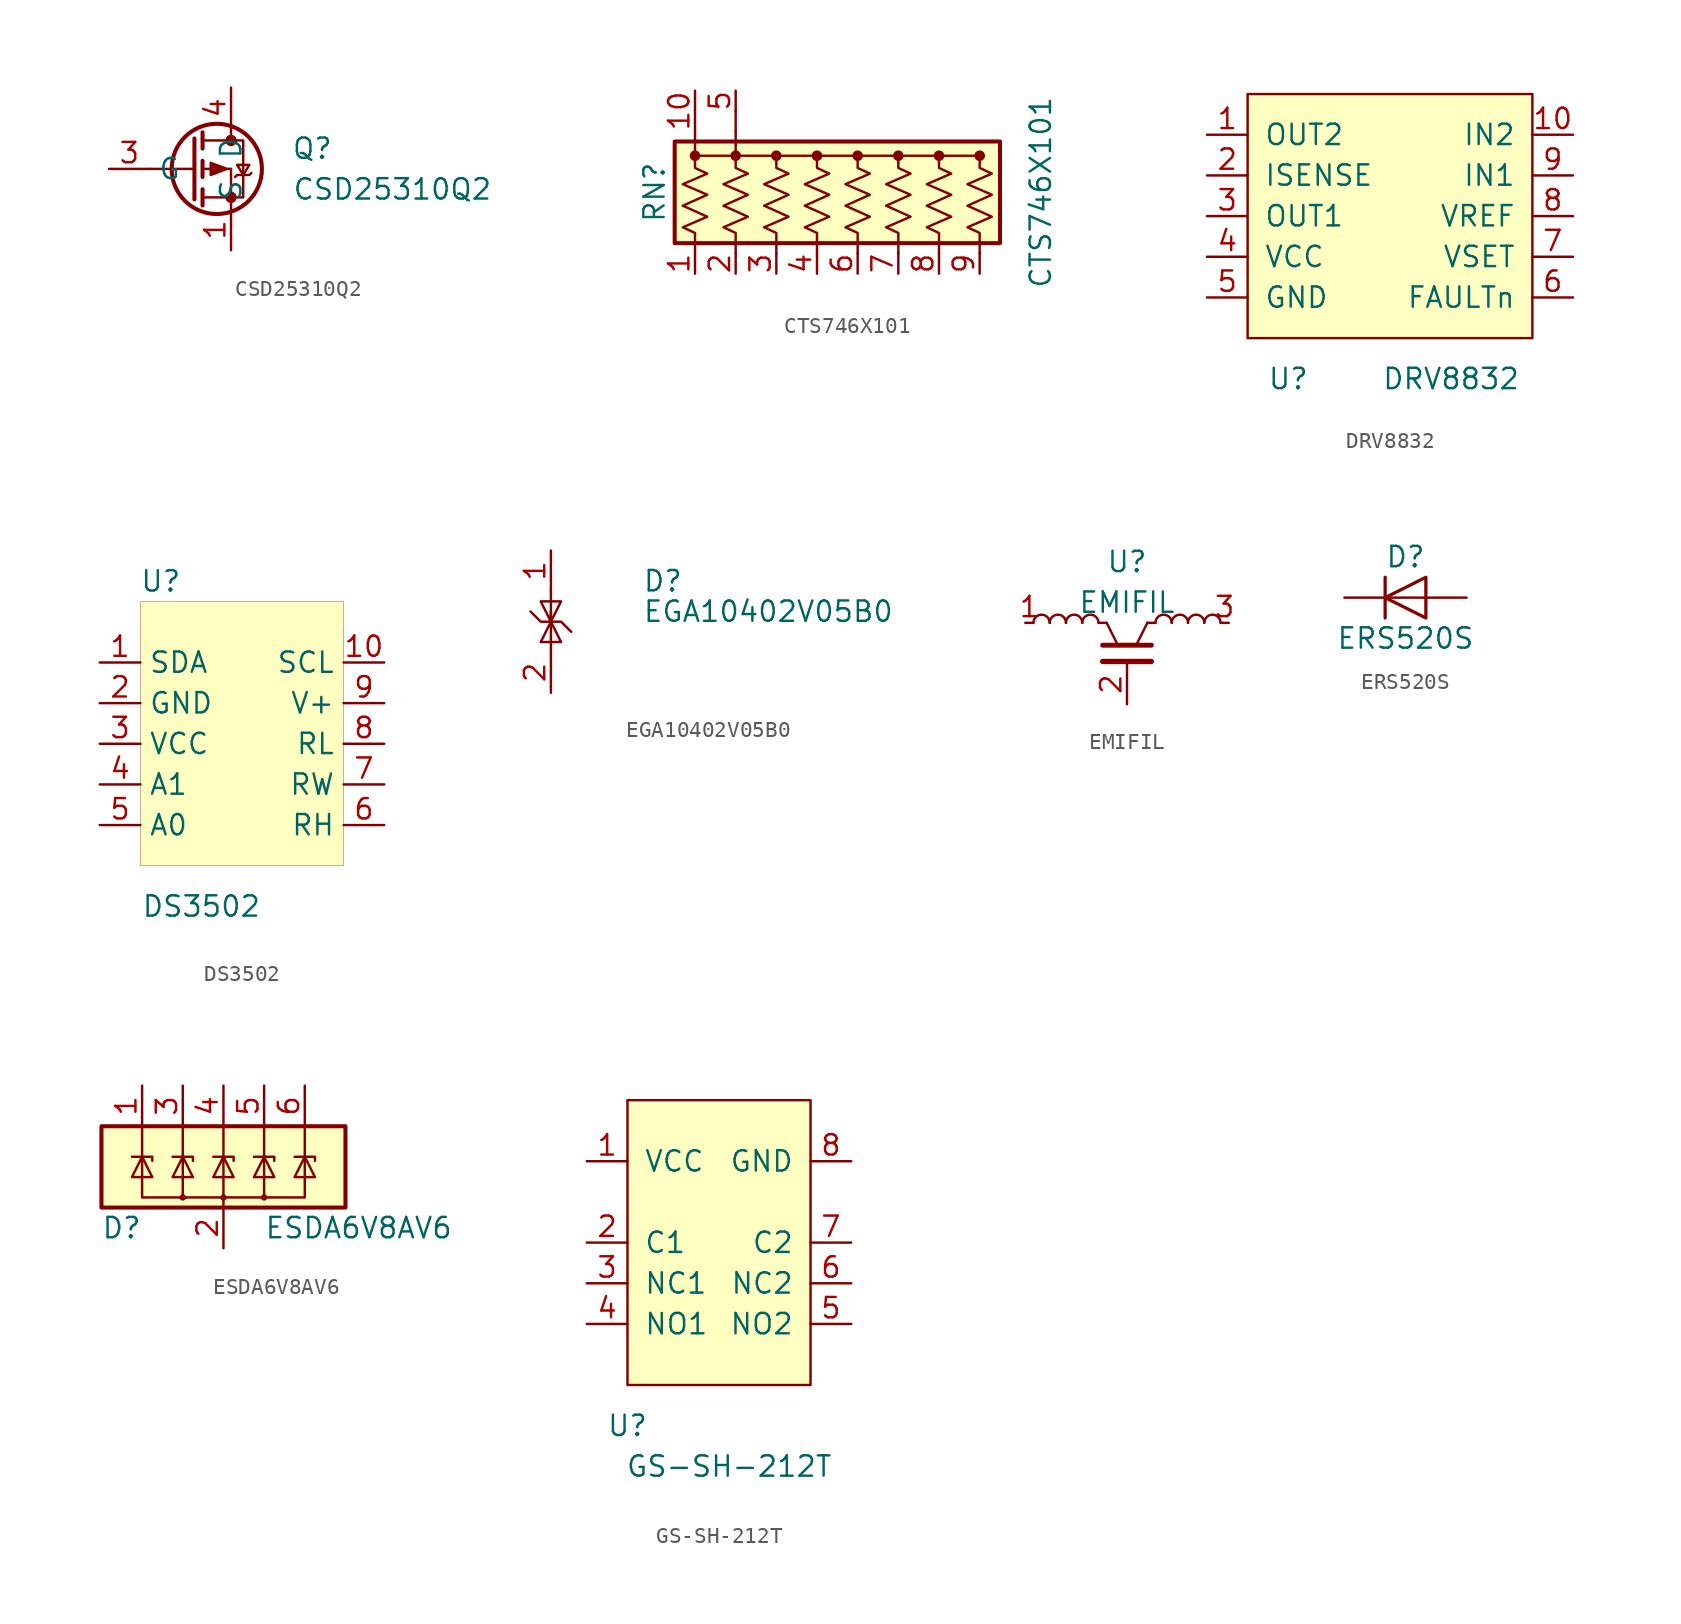
<source format=kicad_sym>
(kicad_symbol_lib
  (version 20201005)
  (generator kicad_symbol_editor)
  (symbol "mSchLibrary:CSD25310Q2"
    (property "Reference" "Q"
      (at 5.08 1.27 0)
      (effects (font (size 1.27 1.27))))
    (property "Value" "CSD25310Q2"
      (at 3.81 -1.27 0)
      (effects (font (size 1.27 1.27)) (justify left)))
    (symbol "CSD25310Q2_1_1"
      (circle (center -0.889 0) (radius 2.819) (stroke (width 0.254)) (fill (type none)))
      (circle (center 0 -1.778) (radius 0.279) (stroke (width 0)) (fill (type outline)))
      (circle (center 0 1.778) (radius 0.279) (stroke (width 0)) (fill (type outline)))
      (polyline (pts (xy -5.08 0) (xy -2.286 0)) (stroke (width 0)) (fill (type none)))
      (polyline (pts (xy -1.778 -1.778) (xy 0 -1.778)) (stroke (width 0)) (fill (type none)))
      (polyline (pts (xy -1.778 -1.27) (xy -1.778 -2.286)) (stroke (width 0.254)) (fill (type none)))
      (polyline (pts (xy -1.778 0) (xy 0 0)) (stroke (width 0)) (fill (type none)))
      (polyline (pts (xy -1.778 0.508) (xy -1.778 -0.508)) (stroke (width 0.254)) (fill (type none)))
      (polyline (pts (xy -1.778 1.778) (xy 0 1.778)) (stroke (width 0)) (fill (type none)))
      (polyline (pts (xy -1.778 2.286) (xy -1.778 1.27)) (stroke (width 0.254)) (fill (type none)))
      (polyline (pts (xy 0 -1.778) (xy 0 -2.54)) (stroke (width 0)) (fill (type none)))
      (polyline (pts (xy 0 -1.778) (xy 0 0)) (stroke (width 0)) (fill (type none)))
      (polyline (pts (xy 0 2.54) (xy 0 1.778)) (stroke (width 0)) (fill (type none)))
      (polyline (pts (xy -2.286 1.905) (xy -2.286 -1.905) (xy -2.286 -1.905)) (stroke (width 0.254)) (fill (type none)))
      (polyline (pts (xy -0.254 0) (xy -1.27 -0.381) (xy -1.27 0.381) (xy -0.254 0)) (stroke (width 0)) (fill (type outline)))
      (polyline (pts (xy 0 -1.778) (xy 0.762 -1.778) (xy 0.762 1.778) (xy 0 1.778)) (stroke (width 0)) (fill (type none)))
      (polyline (pts (xy 0.254 -0.508) (xy 0.381 -0.381) (xy 1.143 -0.381) (xy 1.27 -0.254)) (stroke (width 0)) (fill (type none)))
      (polyline (pts (xy 0.762 -0.381) (xy 0.381 0.254) (xy 1.143 0.254) (xy 0.762 -0.381)) (stroke (width 0)) (fill (type none)))
      (pin passive line (at 0 -5.08 90) (length 2.54) (name "S" (effects (font (size 1.27 1.27)))) (number "1" (effects (font (size 1.27 1.27)))))
      (pin passive line (at 0 -5.08 90) (length 2.54) hide (name "S" (effects (font (size 1.27 1.27)))) (number "2" (effects (font (size 1.27 1.27)))))
      (pin passive line (at -7.62 0 0) (length 2.54) (name "G" (effects (font (size 1.27 1.27)))) (number "3" (effects (font (size 1.27 1.27)))))
      (pin passive line (at 0 5.08 270) (length 2.54) (name "D" (effects (font (size 1.27 1.27)))) (number "4" (effects (font (size 1.27 1.27)))))
      (pin passive line (at 0 -5.08 90) (length 2.54) hide (name "S" (effects (font (size 1.27 1.27)))) (number "5" (effects (font (size 1.27 1.27)))))
      (pin passive line (at 0 -5.08 90) (length 2.54) hide (name "S" (effects (font (size 1.27 1.27)))) (number "6" (effects (font (size 1.27 1.27)))))
      (pin passive line (at 0 5.08 270) (length 2.54) hide (name "D" (effects (font (size 1.27 1.27)))) (number "7" (effects (font (size 1.27 1.27)))))
      (pin passive line (at 0 -5.08 90) (length 2.54) hide (name "S" (effects (font (size 1.27 1.27)))) (number "8" (effects (font (size 1.27 1.27)))))))
  (symbol "mSchLibrary:CTS746X101"
    (pin_names
      (offset 0) hide)
    (property "Reference" "RN"
      (at -11.43 0 90)
      (effects (font (size 1.27 1.27))))
    (property "Value" "CTS746X101"
      (at 12.7 0 90)
      (effects (font (size 1.27 1.27))))
    (symbol "CTS746X101_0_1"
      (circle (center -8.89 2.286) (radius 0.254) (stroke (width 0)) (fill (type outline)))
      (circle (center -6.35 2.286) (radius 0.254) (stroke (width 0)) (fill (type outline)))
      (circle (center -3.81 2.286) (radius 0.254) (stroke (width 0)) (fill (type outline)))
      (circle (center -1.27 2.286) (radius 0.254) (stroke (width 0)) (fill (type outline)))
      (circle (center 1.27 2.286) (radius 0.254) (stroke (width 0)) (fill (type outline)))
      (circle (center 3.81 2.286) (radius 0.254) (stroke (width 0)) (fill (type outline)))
      (circle (center 6.35 2.286) (radius 0.254) (stroke (width 0)) (fill (type outline)))
      (circle (center 8.89 2.286) (radius 0.254) (stroke (width 0)) (fill (type outline)))
      (rectangle (start -10.16 -3.175) (end 10.16 3.175) (stroke (width 0.254)) (fill (type background)))
      (polyline (pts (xy -8.89 2.286) (xy 9.144 2.286)) (stroke (width 0)) (fill (type none)))
      (polyline (pts (xy -8.89 2.54) (xy -8.89 3.81)) (stroke (width 0)) (fill (type none)))
      (polyline (pts (xy -6.35 2.286) (xy -6.35 3.81)) (stroke (width 0)) (fill (type none)))
      (polyline (pts (xy -6.35 3.81) (xy -6.35 5.08)) (stroke (width 0)) (fill (type none)))
      (polyline (pts (xy -8.89 2.286) (xy -8.89 1.524) (xy -8.128 1.168) (xy -9.652 0.508) (xy -8.128 -0.152) (xy -9.652 -0.838) (xy -8.128 -1.524) (xy -9.652 -2.184) (xy -8.89 -2.54) (xy -8.89 -3.81)) (stroke (width 0)) (fill (type none)))
      (polyline (pts (xy -6.35 2.286) (xy -6.35 1.524) (xy -5.588 1.168) (xy -7.112 0.508) (xy -5.588 -0.152) (xy -7.112 -0.838) (xy -5.588 -1.524) (xy -7.112 -2.184) (xy -6.35 -2.54) (xy -6.35 -3.81)) (stroke (width 0)) (fill (type none)))
      (polyline (pts (xy -3.81 2.286) (xy -3.81 1.524) (xy -3.048 1.168) (xy -4.572 0.508) (xy -3.048 -0.152) (xy -4.572 -0.838) (xy -3.048 -1.524) (xy -4.572 -2.184) (xy -3.81 -2.54) (xy -3.81 -3.81)) (stroke (width 0)) (fill (type none)))
      (polyline (pts (xy -1.27 2.286) (xy -1.27 1.524) (xy -0.508 1.168) (xy -2.032 0.508) (xy -0.508 -0.152) (xy -2.032 -0.838) (xy -0.508 -1.524) (xy -2.032 -2.184) (xy -1.27 -2.54) (xy -1.27 -3.81)) (stroke (width 0)) (fill (type none)))
      (polyline (pts (xy 1.27 2.286) (xy 1.27 1.524) (xy 2.032 1.168) (xy 0.508 0.508) (xy 2.032 -0.152) (xy 0.508 -0.838) (xy 2.032 -1.524) (xy 0.508 -2.184) (xy 1.27 -2.54) (xy 1.27 -3.81)) (stroke (width 0)) (fill (type none)))
      (polyline (pts (xy 3.81 2.286) (xy 3.81 1.524) (xy 4.572 1.168) (xy 3.048 0.508) (xy 4.572 -0.152) (xy 3.048 -0.838) (xy 4.572 -1.524) (xy 3.048 -2.184) (xy 3.81 -2.54) (xy 3.81 -3.81)) (stroke (width 0)) (fill (type none)))
      (polyline (pts (xy 6.35 2.286) (xy 6.35 1.524) (xy 7.112 1.168) (xy 5.588 0.508) (xy 7.112 -0.152) (xy 5.588 -0.838) (xy 7.112 -1.524) (xy 5.588 -2.184) (xy 6.35 -2.54) (xy 6.35 -3.81)) (stroke (width 0)) (fill (type none)))
      (polyline (pts (xy 8.89 2.286) (xy 8.89 1.524) (xy 9.652 1.168) (xy 8.128 0.508) (xy 9.652 -0.152) (xy 8.128 -0.838) (xy 9.652 -1.524) (xy 8.128 -2.184) (xy 8.89 -2.54) (xy 8.89 -3.81)) (stroke (width 0)) (fill (type none))))
    (symbol "CTS746X101_1_1"
      (pin passive line (at -8.89 -5.08 90) (length 1.27) (name "common" (effects (font (size 1.27 1.27)))) (number "1" (effects (font (size 1.27 1.27)))))
      (pin passive line (at -8.89 6.35 270) (length 2.54) (name "R9" (effects (font (size 1.27 1.27)))) (number "10" (effects (font (size 1.27 1.27)))))
      (pin passive line (at -6.35 -5.08 90) (length 1.27) (name "R1" (effects (font (size 1.27 1.27)))) (number "2" (effects (font (size 1.27 1.27)))))
      (pin passive line (at -3.81 -5.08 90) (length 1.27) (name "R2" (effects (font (size 1.27 1.27)))) (number "3" (effects (font (size 1.27 1.27)))))
      (pin passive line (at -1.27 -5.08 90) (length 1.27) (name "R3" (effects (font (size 1.27 1.27)))) (number "4" (effects (font (size 1.27 1.27)))))
      (pin passive line (at -6.35 6.35 270) (length 1.27) (name "R4" (effects (font (size 1.27 1.27)))) (number "5" (effects (font (size 1.27 1.27)))))
      (pin passive line (at 1.27 -5.08 90) (length 1.27) (name "R5" (effects (font (size 1.27 1.27)))) (number "6" (effects (font (size 1.27 1.27)))))
      (pin passive line (at 3.81 -5.08 90) (length 1.27) (name "R6" (effects (font (size 1.27 1.27)))) (number "7" (effects (font (size 1.27 1.27)))))
      (pin passive line (at 6.35 -5.08 90) (length 1.27) (name "R7" (effects (font (size 1.27 1.27)))) (number "8" (effects (font (size 1.27 1.27)))))
      (pin passive line (at 8.89 -5.08 90) (length 1.27) (name "R8" (effects (font (size 1.27 1.27)))) (number "9" (effects (font (size 1.27 1.27)))))))
  (symbol "mSchLibrary:DRV8832"
    (pin_names
      (offset 1.016))
    (property "Reference" "U"
      (at -6.35 -10.16 0)
      (effects (font (size 1.27 1.27))))
    (property "Value" "DRV8832"
      (at 3.81 -10.16 0)
      (effects (font (size 1.27 1.27))))
    (symbol "DRV8832_0_0"
      (pin output line (at -11.43 5.08 0) (length 2.54) (name "OUT2" (effects (font (size 1.27 1.27)))) (number "1" (effects (font (size 1.27 1.27)))))
      (pin input line (at 11.43 5.08 180) (length 2.54) (name "IN2" (effects (font (size 1.27 1.27)))) (number "10" (effects (font (size 1.27 1.27)))))
      (pin power_in line (at -1.27 -10.16 90) (length 2.54) hide (name "GND" (effects (font (size 1.27 1.27)))) (number "11" (effects (font (size 1.27 1.27)))))
      (pin bidirectional line (at -11.43 2.54 0) (length 2.54) (name "ISENSE" (effects (font (size 1.27 1.27)))) (number "2" (effects (font (size 1.27 1.27)))))
      (pin output line (at -11.43 0 0) (length 2.54) (name "OUT1" (effects (font (size 1.27 1.27)))) (number "3" (effects (font (size 1.27 1.27)))))
      (pin power_in line (at -11.43 -2.54 0) (length 2.54) (name "VCC" (effects (font (size 1.27 1.27)))) (number "4" (effects (font (size 1.27 1.27)))))
      (pin power_in line (at -11.43 -5.08 0) (length 2.54) (name "GND" (effects (font (size 1.27 1.27)))) (number "5" (effects (font (size 1.27 1.27)))))
      (pin output line (at 11.43 -5.08 180) (length 2.54) (name "FAULTn" (effects (font (size 1.27 1.27)))) (number "6" (effects (font (size 1.27 1.27)))))
      (pin input line (at 11.43 -2.54 180) (length 2.54) (name "VSET" (effects (font (size 1.27 1.27)))) (number "7" (effects (font (size 1.27 1.27)))))
      (pin output line (at 11.43 0 180) (length 2.54) (name "VREF" (effects (font (size 1.27 1.27)))) (number "8" (effects (font (size 1.27 1.27)))))
      (pin input line (at 11.43 2.54 180) (length 2.54) (name "IN1" (effects (font (size 1.27 1.27)))) (number "9" (effects (font (size 1.27 1.27))))))
    (symbol "DRV8832_0_1"
      (rectangle (start -8.89 7.62) (end 8.89 -7.62) (stroke (width 0)) (fill (type background)))))
  (symbol "mSchLibrary:DS3502"
    (property "Reference" "U"
      (at -5.08 10.16 0)
      (effects (font (size 1.27 1.27))))
    (property "Value" "DS3502"
      (at -2.54 -10.16 0)
      (effects (font (size 1.27 1.27))))
    (symbol "DS3502_0_0"
      (pin bidirectional line (at -8.89 5.08 0) (length 2.54) (name "SDA" (effects (font (size 1.27 1.27)))) (number "1" (effects (font (size 1.27 1.27)))))
      (pin power_in line (at -8.89 2.54 0) (length 2.54) (name "GND" (effects (font (size 1.27 1.27)))) (number "2" (effects (font (size 1.27 1.27)))))
      (pin power_in line (at -8.89 0 0) (length 2.54) (name "VCC" (effects (font (size 1.27 1.27)))) (number "3" (effects (font (size 1.27 1.27)))))
      (pin input line (at -8.89 -2.54 0) (length 2.54) (name "A1" (effects (font (size 1.27 1.27)))) (number "4" (effects (font (size 1.27 1.27)))))
      (pin input line (at -8.89 -5.08 0) (length 2.54) (name "A0" (effects (font (size 1.27 1.27)))) (number "5" (effects (font (size 1.27 1.27)))))
      (pin passive line (at 8.89 -5.08 180) (length 2.54) (name "RH" (effects (font (size 1.27 1.27)))) (number "6" (effects (font (size 1.27 1.27)))))
      (pin passive line (at 8.89 -2.54 180) (length 2.54) (name "RW" (effects (font (size 1.27 1.27)))) (number "7" (effects (font (size 1.27 1.27)))))
      (pin passive line (at 8.89 0 180) (length 2.54) (name "RL" (effects (font (size 1.27 1.27)))) (number "8" (effects (font (size 1.27 1.27)))))
      (pin passive line (at 8.89 2.54 180) (length 2.54) (name "V+" (effects (font (size 1.27 1.27)))) (number "9" (effects (font (size 1.27 1.27)))))
      (pin bidirectional line (at 8.89 5.08 180) (length 2.54) (name "SCL" (effects (font (size 1.27 1.27)))) (number "10" (effects (font (size 1.27 1.27))))))
    (symbol "DS3502_0_1"
      (rectangle (start -6.35 8.89) (end 6.35 -7.62) (stroke (width 0.001)) (fill (type background)))))
  (symbol "mSchLibrary:EGA10402V05B0"
    (pin_names hide)
    (property "Reference" "D"
      (at 5.715 2.54 0)
      (effects (font (size 1.27 1.27)) (justify left)))
    (property "Value" "EGA10402V05B0"
      (at 5.715 0.635 0)
      (effects (font (size 1.27 1.27)) (justify left)))
    (symbol "EGA10402V05B0_0_1"
      (polyline (pts (xy 0 0) (xy 0 -1.905)) (stroke (width 0)) (fill (type none)))
      (polyline (pts (xy 0 1.905) (xy 0 0)) (stroke (width 0)) (fill (type none)))
      (polyline (pts (xy -1.27 0.635) (xy -0.635 0) (xy 0.635 0) (xy 1.27 -0.635)) (stroke (width 0)) (fill (type none)))
      (polyline (pts (xy 0 0) (xy 0.635 -1.27) (xy -0.635 -1.27) (xy 0 0)) (stroke (width 0)) (fill (type none)))
      (polyline (pts (xy 0 0) (xy -0.635 1.27) (xy 0.635 1.27) (xy 0 0) (xy 0 0.635)) (stroke (width 0)) (fill (type none))))
    (symbol "EGA10402V05B0_1_1"
      (pin passive line (at 0 4.445 270) (length 2.54) (name "K" (effects (font (size 1.27 1.27)))) (number "1" (effects (font (size 1.27 1.27)))))
      (pin passive line (at 0 -4.445 90) (length 2.54) (name "K" (effects (font (size 1.27 1.27)))) (number "2" (effects (font (size 1.27 1.27)))))))
  (symbol "mSchLibrary:EMIFIL"
    (pin_names
      (offset 1.016))
    (property "Reference" "U"
      (at 0 5.08 0)
      (effects (font (size 1.27 1.27))))
    (property "Value" "EMIFIL"
      (at 0 2.54 0)
      (effects (font (size 1.27 1.27))))
    (symbol "EMIFIL_0_1"
      (polyline (pts (xy -1.27 1.27) (xy -1.778 1.27)) (stroke (width 0)) (fill (type none)))
      (polyline (pts (xy -0.635 0) (xy -1.27 1.27)) (stroke (width 0)) (fill (type none)))
      (polyline (pts (xy 1.27 1.27) (xy 0.635 0)) (stroke (width 0)) (fill (type none)))
      (polyline (pts (xy 1.27 1.27) (xy 1.778 1.27)) (stroke (width 0)) (fill (type none))))
    (symbol "EMIFIL_1_1"
      (arc (start -4.826 1.27) (end -5.842 1.27) (radius (at -5.334 1.27) (length 0.508) (angles 0.1 179.9)) (stroke (width 0)) (fill (type none)))
      (arc (start -3.81 1.27) (end -4.826 1.27) (radius (at -4.318 1.27) (length 0.508) (angles 0.1 179.9)) (stroke (width 0)) (fill (type none)))
      (arc (start -2.794 1.27) (end -3.81 1.27) (radius (at -3.302 1.27) (length 0.508) (angles 0.1 179.9)) (stroke (width 0)) (fill (type none)))
      (arc (start -1.778 1.27) (end -2.794 1.27) (radius (at -2.286 1.27) (length 0.508) (angles 0.1 179.9)) (stroke (width 0)) (fill (type none)))
      (arc (start 2.794 1.27) (end 1.778 1.27) (radius (at 2.286 1.27) (length 0.508) (angles 0.1 179.9)) (stroke (width 0)) (fill (type none)))
      (arc (start 3.81 1.27) (end 2.794 1.27) (radius (at 3.302 1.27) (length 0.508) (angles 0.1 179.9)) (stroke (width 0)) (fill (type none)))
      (arc (start 4.826 1.27) (end 3.81 1.27) (radius (at 4.318 1.27) (length 0.508) (angles 0.1 179.9)) (stroke (width 0)) (fill (type none)))
      (arc (start 5.842 1.27) (end 4.826 1.27) (radius (at 5.334 1.27) (length 0.508) (angles 0.1 179.9)) (stroke (width 0)) (fill (type none)))
      (polyline (pts (xy -1.524 -1.143) (xy 1.524 -1.143)) (stroke (width 0.33)) (fill (type none)))
      (polyline (pts (xy -1.524 -0.127) (xy 1.524 -0.127)) (stroke (width 0.305)) (fill (type none)))
      (pin passive line (at -6.35 1.27 0) (length 0.508) (name "~" (effects (font (size 1.27 1.27)))) (number "1" (effects (font (size 1.27 1.27)))))
      (pin passive line (at 0 -3.81 90) (length 2.489) (name "~" (effects (font (size 1.27 1.27)))) (number "2" (effects (font (size 1.27 1.27)))))
      (pin passive line (at 6.35 1.27 180) (length 0.508) (name "~" (effects (font (size 1.27 1.27)))) (number "3" (effects (font (size 1.27 1.27)))))))
  (symbol "mSchLibrary:ERS520S"
    (pin_numbers hide)
    (pin_names
      (offset 1.016) hide)
    (property "Reference" "D"
      (at 0 2.54 0)
      (effects (font (size 1.27 1.27))))
    (property "Value" "ERS520S"
      (at 0 -2.54 0)
      (effects (font (size 1.27 1.27))))
    (symbol "ERS520S_0_1"
      (polyline (pts (xy -1.27 1.27) (xy -1.27 -1.27)) (stroke (width 0.203)) (fill (type none)))
      (polyline (pts (xy 1.27 0) (xy -1.27 0)) (stroke (width 0)) (fill (type none)))
      (polyline (pts (xy 1.27 1.27) (xy 1.27 -1.27) (xy -1.27 0) (xy 1.27 1.27)) (stroke (width 0.203)) (fill (type none))))
    (symbol "ERS520S_1_1"
      (pin passive line (at -3.81 0 0) (length 2.54) (name "K" (effects (font (size 1.27 1.27)))) (number "1" (effects (font (size 1.27 1.27)))))
      (pin passive line (at 3.81 0 180) (length 2.54) (name "A" (effects (font (size 1.27 1.27)))) (number "2" (effects (font (size 1.27 1.27)))))))
  (symbol "mSchLibrary:ESDA6V8AV6"
    (pin_names hide)
    (property "Reference" "D"
      (at -5.08 -3.81 0)
      (effects (font (size 1.27 1.27)) (justify right)))
    (property "Value" "ESDA6V8AV6"
      (at 2.54 -3.81 0)
      (effects (font (size 1.27 1.27)) (justify left)))
    (symbol "ESDA6V8AV6_0_0"
      (pin passive line (at 0 -5.08 90) (length 2.54) (name "GND" (effects (font (size 1.27 1.27)))) (number "2" (effects (font (size 1.27 1.27))))))
    (symbol "ESDA6V8AV6_0_1"
      (circle (center -2.54 -1.905) (radius 0.127) (stroke (width 0)) (fill (type none)))
      (circle (center 0 -1.905) (radius 0.127) (stroke (width 0)) (fill (type none)))
      (circle (center 2.54 -1.905) (radius 0.127) (stroke (width 0)) (fill (type none)))
      (rectangle (start -7.62 2.54) (end 7.62 -2.54) (stroke (width 0.254)) (fill (type background)))
      (polyline (pts (xy -2.54 2.54) (xy -2.54 -1.905)) (stroke (width 0)) (fill (type none)))
      (polyline (pts (xy 0 2.54) (xy 0 -2.54)) (stroke (width 0)) (fill (type none)))
      (polyline (pts (xy 2.54 2.54) (xy 2.54 -1.905)) (stroke (width 0)) (fill (type none)))
      (polyline (pts (xy -5.715 0.635) (xy -4.445 0.635) (xy -4.445 0.381)) (stroke (width 0)) (fill (type none)))
      (polyline (pts (xy -3.175 0.635) (xy -1.905 0.635) (xy -1.905 0.381)) (stroke (width 0)) (fill (type none)))
      (polyline (pts (xy -0.635 0.635) (xy 0.635 0.635) (xy 0.635 0.381)) (stroke (width 0)) (fill (type none)))
      (polyline (pts (xy 1.905 0.635) (xy 3.175 0.635) (xy 3.175 0.381)) (stroke (width 0)) (fill (type none)))
      (polyline (pts (xy 4.445 0.635) (xy 5.715 0.635) (xy 5.715 0.381)) (stroke (width 0)) (fill (type none)))
      (polyline (pts (xy -5.715 -0.635) (xy -4.445 -0.635) (xy -5.08 0.635) (xy -5.715 -0.635)) (stroke (width 0)) (fill (type none)))
      (polyline (pts (xy -5.08 2.54) (xy -5.08 -1.905) (xy 5.08 -1.905) (xy 5.08 2.54)) (stroke (width 0)) (fill (type none)))
      (polyline (pts (xy -3.175 -0.635) (xy -1.905 -0.635) (xy -2.54 0.635) (xy -3.175 -0.635)) (stroke (width 0)) (fill (type none)))
      (polyline (pts (xy -0.635 -0.635) (xy 0.635 -0.635) (xy 0 0.635) (xy -0.635 -0.635)) (stroke (width 0)) (fill (type none)))
      (polyline (pts (xy 1.905 -0.635) (xy 3.175 -0.635) (xy 2.54 0.635) (xy 1.905 -0.635)) (stroke (width 0)) (fill (type none)))
      (polyline (pts (xy 4.445 -0.635) (xy 5.715 -0.635) (xy 5.08 0.635) (xy 4.445 -0.635)) (stroke (width 0)) (fill (type none))))
    (symbol "ESDA6V8AV6_1_1"
      (pin passive line (at -5.08 5.08 270) (length 2.54) (name "IO1" (effects (font (size 1.27 1.27)))) (number "1" (effects (font (size 1.27 1.27)))))
      (pin passive line (at -2.54 5.08 270) (length 2.54) (name "IO2" (effects (font (size 1.27 1.27)))) (number "3" (effects (font (size 1.27 1.27)))))
      (pin passive line (at 0 5.08 270) (length 2.54) (name "IO3" (effects (font (size 1.27 1.27)))) (number "4" (effects (font (size 1.27 1.27)))))
      (pin passive line (at 2.54 5.08 270) (length 2.54) (name "IO4" (effects (font (size 1.27 1.27)))) (number "5" (effects (font (size 1.27 1.27)))))
      (pin passive line (at 5.08 5.08 270) (length 2.54) (name "IO5" (effects (font (size 1.27 1.27)))) (number "6" (effects (font (size 1.27 1.27)))))))
  (symbol "mSchLibrary:GS-SH-212T"
    (pin_names
      (offset 1.016))
    (property "Reference" "U"
      (at -5.08 -11.43 0)
      (effects (font (size 1.27 1.27))))
    (property "Value" "GS-SH-212T"
      (at 1.27 -13.97 0)
      (effects (font (size 1.27 1.27))))
    (symbol "GS-SH-212T_0_0"
      (pin bidirectional line (at -7.62 5.08 0) (length 2.54) (name "VCC" (effects (font (size 1.27 1.27)))) (number "1" (effects (font (size 1.27 1.27)))))
      (pin bidirectional line (at -7.62 0 0) (length 2.54) (name "C1" (effects (font (size 1.27 1.27)))) (number "2" (effects (font (size 1.27 1.27)))))
      (pin bidirectional line (at -7.62 -2.54 0) (length 2.54) (name "NC1" (effects (font (size 1.27 1.27)))) (number "3" (effects (font (size 1.27 1.27)))))
      (pin bidirectional line (at -7.62 -5.08 0) (length 2.54) (name "NO1" (effects (font (size 1.27 1.27)))) (number "4" (effects (font (size 1.27 1.27)))))
      (pin bidirectional line (at 8.89 -5.08 180) (length 2.54) (name "NO2" (effects (font (size 1.27 1.27)))) (number "5" (effects (font (size 1.27 1.27)))))
      (pin bidirectional line (at 8.89 -2.54 180) (length 2.54) (name "NC2" (effects (font (size 1.27 1.27)))) (number "6" (effects (font (size 1.27 1.27)))))
      (pin bidirectional line (at 8.89 0 180) (length 2.54) (name "C2" (effects (font (size 1.27 1.27)))) (number "7" (effects (font (size 1.27 1.27)))))
      (pin bidirectional line (at 8.89 5.08 180) (length 2.54) (name "GND" (effects (font (size 1.27 1.27)))) (number "8" (effects (font (size 1.27 1.27))))))
    (symbol "GS-SH-212T_0_1"
      (rectangle (start -5.08 8.89) (end 6.35 -8.89) (stroke (width 0)) (fill (type background))))))
</source>
